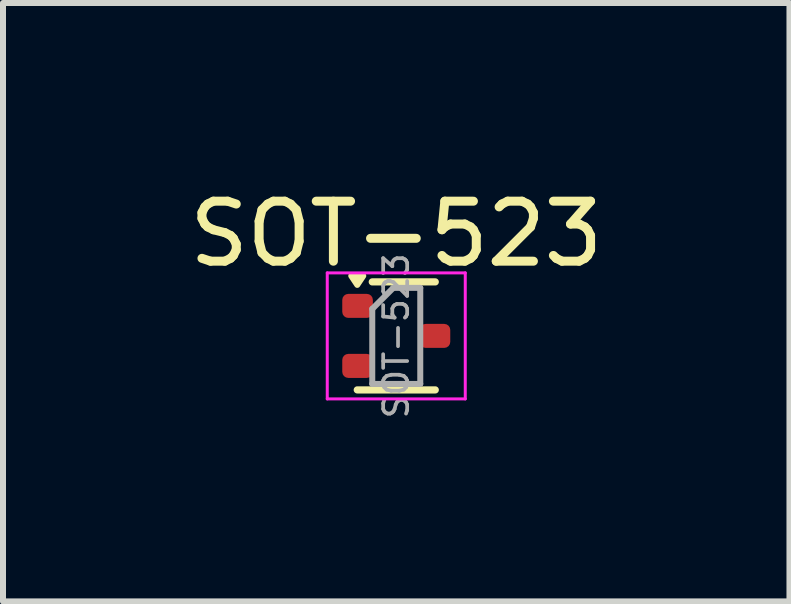
<source format=kicad_pcb>
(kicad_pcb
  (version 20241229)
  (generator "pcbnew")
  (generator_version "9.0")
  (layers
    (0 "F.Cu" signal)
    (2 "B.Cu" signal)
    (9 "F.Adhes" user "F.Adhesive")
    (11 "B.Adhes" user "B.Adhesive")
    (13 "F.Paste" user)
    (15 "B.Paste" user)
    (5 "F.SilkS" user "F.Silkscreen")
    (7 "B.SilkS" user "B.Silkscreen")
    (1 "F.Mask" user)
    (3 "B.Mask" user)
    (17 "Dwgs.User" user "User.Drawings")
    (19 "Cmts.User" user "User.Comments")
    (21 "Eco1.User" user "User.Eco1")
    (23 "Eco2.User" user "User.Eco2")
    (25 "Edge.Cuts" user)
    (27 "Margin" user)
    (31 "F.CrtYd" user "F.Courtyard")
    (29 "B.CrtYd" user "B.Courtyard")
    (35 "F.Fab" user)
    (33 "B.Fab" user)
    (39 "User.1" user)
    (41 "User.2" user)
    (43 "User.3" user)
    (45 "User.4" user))
  (footprint "SOT-523"
    (layer "F.Cu")
    (at 3.554 2.548)
    (property "Reference" "SOT-523" (at 0 -1.7 0) (layer "F.SilkS") (effects (font (size 1 1) (thickness 0.15))))
    (attr smd)
    (fp_line (start 0.65 -0.9) (end -0.4 -0.9) (stroke (width 0.12) (type solid)) (layer "F.SilkS"))
    (fp_line (start 0.65 0.9) (end -0.65 0.9) (stroke (width 0.12) (type solid)) (layer "F.SilkS"))
    (fp_poly (pts (xy -0.65 -0.85) (xy -0.55 -1) (xy -0.75 -1)) (stroke (width 0.1) (type solid)) (fill yes) (layer "F.SilkS"))
    (fp_line (start -1.15 -1.05) (end -1.15 1.05) (stroke (width 0.05) (type solid)) (layer "F.CrtYd"))
    (fp_line (start -1.15 -1.05) (end 1.15 -1.05) (stroke (width 0.05) (type solid)) (layer "F.CrtYd"))
    (fp_line (start 1.15 1.05) (end -1.15 1.05) (stroke (width 0.05) (type solid)) (layer "F.CrtYd"))
    (fp_line (start 1.15 1.05) (end 1.15 -1.05) (stroke (width 0.05) (type solid)) (layer "F.CrtYd"))
    (fp_line (start -0.4 -0.45) (end -0.4 0.8) (stroke (width 0.1) (type solid)) (layer "F.Fab"))
    (fp_line (start -0.4 -0.45) (end -0.05 -0.8) (stroke (width 0.1) (type solid)) (layer "F.Fab"))
    (fp_line (start -0.4 0.8) (end 0.4 0.8) (stroke (width 0.1) (type solid)) (layer "F.Fab"))
    (fp_line (start 0.4 -0.8) (end -0.05 -0.8) (stroke (width 0.1) (type solid)) (layer "F.Fab"))
    (fp_line (start 0.4 0.8) (end 0.4 -0.8) (stroke (width 0.1) (type solid)) (layer "F.Fab"))
    (fp_text user "${REFERENCE}" (at 0 0 90) (layer "F.Fab") (effects (font (size 0.4 0.4) (thickness 0.062))))
    (pad "1" smd roundrect (at -0.645 -0.5 180) (size 0.51 0.4) (layers "F.Cu" "F.Mask" "F.Paste") (roundrect_rratio 0.25))
    (pad "2" smd roundrect (at -0.645 0.5 180) (size 0.51 0.4) (layers "F.Cu" "F.Mask" "F.Paste") (roundrect_rratio 0.25))
    (pad "3" smd roundrect (at 0.645 0 180) (size 0.51 0.4) (layers "F.Cu" "F.Mask" "F.Paste") (roundrect_rratio 0.25)))
  (gr_rect
    (start -3 -3)
    (end 10.107 6.973)
    (stroke (width 0.1) (type default))
    (fill no)
    (layer "Edge.Cuts")))
</source>
